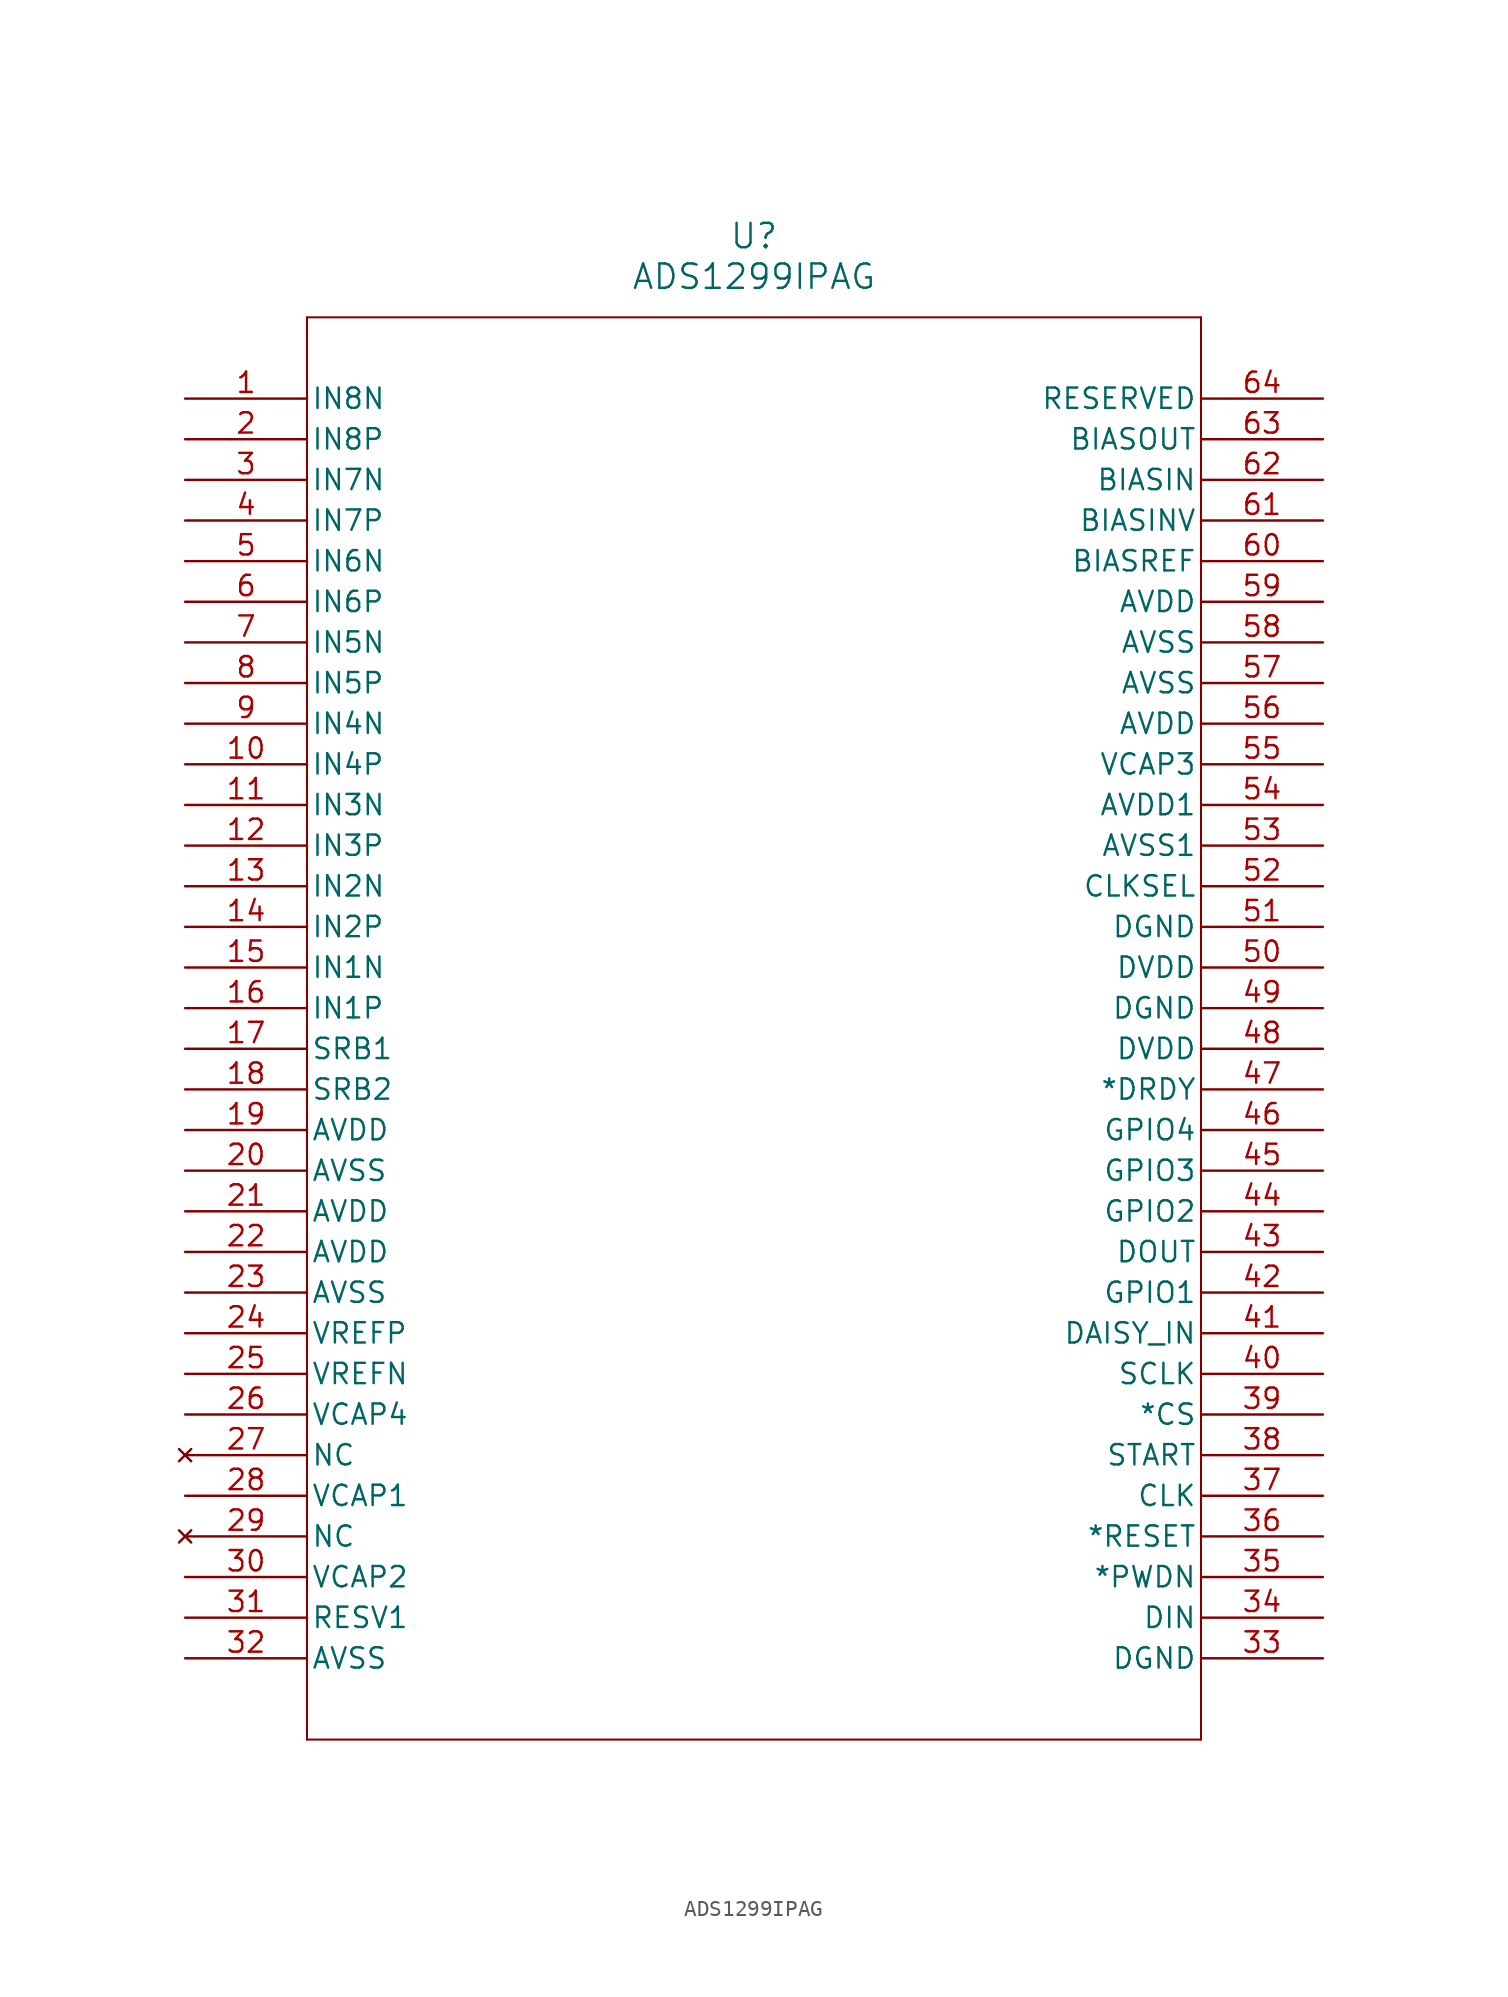
<source format=kicad_sym>
(kicad_symbol_lib
  (version 20231120)
  (generator "kicad_symbol_editor")
  (generator_version "8.0")
  (symbol "ADS1299IPAG"
    (pin_names
      (offset 0.254))
    (property "Reference" "U"
      (at 35.56 10.16 0)
      (effects (font (size 1.524 1.524))))
    (property "Value" "ADS1299IPAG"
      (at 35.56 7.62 0)
      (effects (font (size 1.524 1.524))))
    (property "ki_locked" ""
      (at 0 0 0)
      (effects (font (size 1.27 1.27))))
    (symbol "ADS1299IPAG_0_1"
      (polyline (pts (xy 7.62 -83.82) (xy 63.5 -83.82)) (stroke (width 0.127) (type default)) (fill (type none)))
      (polyline (pts (xy 7.62 5.08) (xy 7.62 -83.82)) (stroke (width 0.127) (type default)) (fill (type none)))
      (polyline (pts (xy 63.5 -83.82) (xy 63.5 5.08)) (stroke (width 0.127) (type default)) (fill (type none)))
      (polyline (pts (xy 63.5 5.08) (xy 7.62 5.08)) (stroke (width 0.127) (type default)) (fill (type none)))
      (pin input line (at 0 0 0) (length 7.62) (name "IN8N" (effects (font (size 1.27 1.27)))) (number "1" (effects (font (size 1.27 1.27)))))
      (pin input line (at 0 -22.86 0) (length 7.62) (name "IN4P" (effects (font (size 1.27 1.27)))) (number "10" (effects (font (size 1.27 1.27)))))
      (pin input line (at 0 -25.4 0) (length 7.62) (name "IN3N" (effects (font (size 1.27 1.27)))) (number "11" (effects (font (size 1.27 1.27)))))
      (pin input line (at 0 -27.94 0) (length 7.62) (name "IN3P" (effects (font (size 1.27 1.27)))) (number "12" (effects (font (size 1.27 1.27)))))
      (pin input line (at 0 -30.48 0) (length 7.62) (name "IN2N" (effects (font (size 1.27 1.27)))) (number "13" (effects (font (size 1.27 1.27)))))
      (pin input line (at 0 -33.02 0) (length 7.62) (name "IN2P" (effects (font (size 1.27 1.27)))) (number "14" (effects (font (size 1.27 1.27)))))
      (pin input line (at 0 -35.56 0) (length 7.62) (name "IN1N" (effects (font (size 1.27 1.27)))) (number "15" (effects (font (size 1.27 1.27)))))
      (pin input line (at 0 -38.1 0) (length 7.62) (name "IN1P" (effects (font (size 1.27 1.27)))) (number "16" (effects (font (size 1.27 1.27)))))
      (pin bidirectional line (at 0 -40.64 0) (length 7.62) (name "SRB1" (effects (font (size 1.27 1.27)))) (number "17" (effects (font (size 1.27 1.27)))))
      (pin bidirectional line (at 0 -43.18 0) (length 7.62) (name "SRB2" (effects (font (size 1.27 1.27)))) (number "18" (effects (font (size 1.27 1.27)))))
      (pin power_in line (at 0 -45.72 0) (length 7.62) (name "AVDD" (effects (font (size 1.27 1.27)))) (number "19" (effects (font (size 1.27 1.27)))))
      (pin input line (at 0 -2.54 0) (length 7.62) (name "IN8P" (effects (font (size 1.27 1.27)))) (number "2" (effects (font (size 1.27 1.27)))))
      (pin power_in line (at 0 -48.26 0) (length 7.62) (name "AVSS" (effects (font (size 1.27 1.27)))) (number "20" (effects (font (size 1.27 1.27)))))
      (pin power_in line (at 0 -50.8 0) (length 7.62) (name "AVDD" (effects (font (size 1.27 1.27)))) (number "21" (effects (font (size 1.27 1.27)))))
      (pin power_in line (at 0 -53.34 0) (length 7.62) (name "AVDD" (effects (font (size 1.27 1.27)))) (number "22" (effects (font (size 1.27 1.27)))))
      (pin power_in line (at 0 -55.88 0) (length 7.62) (name "AVSS" (effects (font (size 1.27 1.27)))) (number "23" (effects (font (size 1.27 1.27)))))
      (pin bidirectional line (at 0 -58.42 0) (length 7.62) (name "VREFP" (effects (font (size 1.27 1.27)))) (number "24" (effects (font (size 1.27 1.27)))))
      (pin input line (at 0 -60.96 0) (length 7.62) (name "VREFN" (effects (font (size 1.27 1.27)))) (number "25" (effects (font (size 1.27 1.27)))))
      (pin output line (at 0 -63.5 0) (length 7.62) (name "VCAP4" (effects (font (size 1.27 1.27)))) (number "26" (effects (font (size 1.27 1.27)))))
      (pin no_connect line (at 0 -66.04 0) (length 7.62) (name "NC" (effects (font (size 1.27 1.27)))) (number "27" (effects (font (size 1.27 1.27)))))
      (pin unspecified line (at 0 -68.58 0) (length 7.62) (name "VCAP1" (effects (font (size 1.27 1.27)))) (number "28" (effects (font (size 1.27 1.27)))))
      (pin no_connect line (at 0 -71.12 0) (length 7.62) (name "NC" (effects (font (size 1.27 1.27)))) (number "29" (effects (font (size 1.27 1.27)))))
      (pin input line (at 0 -5.08 0) (length 7.62) (name "IN7N" (effects (font (size 1.27 1.27)))) (number "3" (effects (font (size 1.27 1.27)))))
      (pin unspecified line (at 0 -73.66 0) (length 7.62) (name "VCAP2" (effects (font (size 1.27 1.27)))) (number "30" (effects (font (size 1.27 1.27)))))
      (pin input line (at 0 -76.2 0) (length 7.62) (name "RESV1" (effects (font (size 1.27 1.27)))) (number "31" (effects (font (size 1.27 1.27)))))
      (pin power_in line (at 0 -78.74 0) (length 7.62) (name "AVSS" (effects (font (size 1.27 1.27)))) (number "32" (effects (font (size 1.27 1.27)))))
      (pin power_in line (at 71.12 -78.74 180) (length 7.62) (name "DGND" (effects (font (size 1.27 1.27)))) (number "33" (effects (font (size 1.27 1.27)))))
      (pin input line (at 71.12 -76.2 180) (length 7.62) (name "DIN" (effects (font (size 1.27 1.27)))) (number "34" (effects (font (size 1.27 1.27)))))
      (pin power_in line (at 71.12 -73.66 180) (length 7.62) (name "*PWDN" (effects (font (size 1.27 1.27)))) (number "35" (effects (font (size 1.27 1.27)))))
      (pin input line (at 71.12 -71.12 180) (length 7.62) (name "*RESET" (effects (font (size 1.27 1.27)))) (number "36" (effects (font (size 1.27 1.27)))))
      (pin input line (at 71.12 -68.58 180) (length 7.62) (name "CLK" (effects (font (size 1.27 1.27)))) (number "37" (effects (font (size 1.27 1.27)))))
      (pin input line (at 71.12 -66.04 180) (length 7.62) (name "START" (effects (font (size 1.27 1.27)))) (number "38" (effects (font (size 1.27 1.27)))))
      (pin input line (at 71.12 -63.5 180) (length 7.62) (name "*CS" (effects (font (size 1.27 1.27)))) (number "39" (effects (font (size 1.27 1.27)))))
      (pin input line (at 0 -7.62 0) (length 7.62) (name "IN7P" (effects (font (size 1.27 1.27)))) (number "4" (effects (font (size 1.27 1.27)))))
      (pin input line (at 71.12 -60.96 180) (length 7.62) (name "SCLK" (effects (font (size 1.27 1.27)))) (number "40" (effects (font (size 1.27 1.27)))))
      (pin input line (at 71.12 -58.42 180) (length 7.62) (name "DAISY_IN" (effects (font (size 1.27 1.27)))) (number "41" (effects (font (size 1.27 1.27)))))
      (pin bidirectional line (at 71.12 -55.88 180) (length 7.62) (name "GPIO1" (effects (font (size 1.27 1.27)))) (number "42" (effects (font (size 1.27 1.27)))))
      (pin output line (at 71.12 -53.34 180) (length 7.62) (name "DOUT" (effects (font (size 1.27 1.27)))) (number "43" (effects (font (size 1.27 1.27)))))
      (pin bidirectional line (at 71.12 -50.8 180) (length 7.62) (name "GPIO2" (effects (font (size 1.27 1.27)))) (number "44" (effects (font (size 1.27 1.27)))))
      (pin bidirectional line (at 71.12 -48.26 180) (length 7.62) (name "GPIO3" (effects (font (size 1.27 1.27)))) (number "45" (effects (font (size 1.27 1.27)))))
      (pin bidirectional line (at 71.12 -45.72 180) (length 7.62) (name "GPIO4" (effects (font (size 1.27 1.27)))) (number "46" (effects (font (size 1.27 1.27)))))
      (pin output line (at 71.12 -43.18 180) (length 7.62) (name "*DRDY" (effects (font (size 1.27 1.27)))) (number "47" (effects (font (size 1.27 1.27)))))
      (pin power_in line (at 71.12 -40.64 180) (length 7.62) (name "DVDD" (effects (font (size 1.27 1.27)))) (number "48" (effects (font (size 1.27 1.27)))))
      (pin power_in line (at 71.12 -38.1 180) (length 7.62) (name "DGND" (effects (font (size 1.27 1.27)))) (number "49" (effects (font (size 1.27 1.27)))))
      (pin input line (at 0 -10.16 0) (length 7.62) (name "IN6N" (effects (font (size 1.27 1.27)))) (number "5" (effects (font (size 1.27 1.27)))))
      (pin power_in line (at 71.12 -35.56 180) (length 7.62) (name "DVDD" (effects (font (size 1.27 1.27)))) (number "50" (effects (font (size 1.27 1.27)))))
      (pin power_in line (at 71.12 -33.02 180) (length 7.62) (name "DGND" (effects (font (size 1.27 1.27)))) (number "51" (effects (font (size 1.27 1.27)))))
      (pin input line (at 71.12 -30.48 180) (length 7.62) (name "CLKSEL" (effects (font (size 1.27 1.27)))) (number "52" (effects (font (size 1.27 1.27)))))
      (pin power_in line (at 71.12 -27.94 180) (length 7.62) (name "AVSS1" (effects (font (size 1.27 1.27)))) (number "53" (effects (font (size 1.27 1.27)))))
      (pin power_in line (at 71.12 -25.4 180) (length 7.62) (name "AVDD1" (effects (font (size 1.27 1.27)))) (number "54" (effects (font (size 1.27 1.27)))))
      (pin unspecified line (at 71.12 -22.86 180) (length 7.62) (name "VCAP3" (effects (font (size 1.27 1.27)))) (number "55" (effects (font (size 1.27 1.27)))))
      (pin power_in line (at 71.12 -20.32 180) (length 7.62) (name "AVDD" (effects (font (size 1.27 1.27)))) (number "56" (effects (font (size 1.27 1.27)))))
      (pin power_in line (at 71.12 -17.78 180) (length 7.62) (name "AVSS" (effects (font (size 1.27 1.27)))) (number "57" (effects (font (size 1.27 1.27)))))
      (pin power_in line (at 71.12 -15.24 180) (length 7.62) (name "AVSS" (effects (font (size 1.27 1.27)))) (number "58" (effects (font (size 1.27 1.27)))))
      (pin power_in line (at 71.12 -12.7 180) (length 7.62) (name "AVDD" (effects (font (size 1.27 1.27)))) (number "59" (effects (font (size 1.27 1.27)))))
      (pin input line (at 0 -12.7 0) (length 7.62) (name "IN6P" (effects (font (size 1.27 1.27)))) (number "6" (effects (font (size 1.27 1.27)))))
      (pin input line (at 71.12 -10.16 180) (length 7.62) (name "BIASREF" (effects (font (size 1.27 1.27)))) (number "60" (effects (font (size 1.27 1.27)))))
      (pin bidirectional line (at 71.12 -7.62 180) (length 7.62) (name "BIASINV" (effects (font (size 1.27 1.27)))) (number "61" (effects (font (size 1.27 1.27)))))
      (pin input line (at 71.12 -5.08 180) (length 7.62) (name "BIASIN" (effects (font (size 1.27 1.27)))) (number "62" (effects (font (size 1.27 1.27)))))
      (pin output line (at 71.12 -2.54 180) (length 7.62) (name "BIASOUT" (effects (font (size 1.27 1.27)))) (number "63" (effects (font (size 1.27 1.27)))))
      (pin output line (at 71.12 0 180) (length 7.62) (name "RESERVED" (effects (font (size 1.27 1.27)))) (number "64" (effects (font (size 1.27 1.27)))))
      (pin input line (at 0 -15.24 0) (length 7.62) (name "IN5N" (effects (font (size 1.27 1.27)))) (number "7" (effects (font (size 1.27 1.27)))))
      (pin input line (at 0 -17.78 0) (length 7.62) (name "IN5P" (effects (font (size 1.27 1.27)))) (number "8" (effects (font (size 1.27 1.27)))))
      (pin input line (at 0 -20.32 0) (length 7.62) (name "IN4N" (effects (font (size 1.27 1.27)))) (number "9" (effects (font (size 1.27 1.27))))))))
</source>
